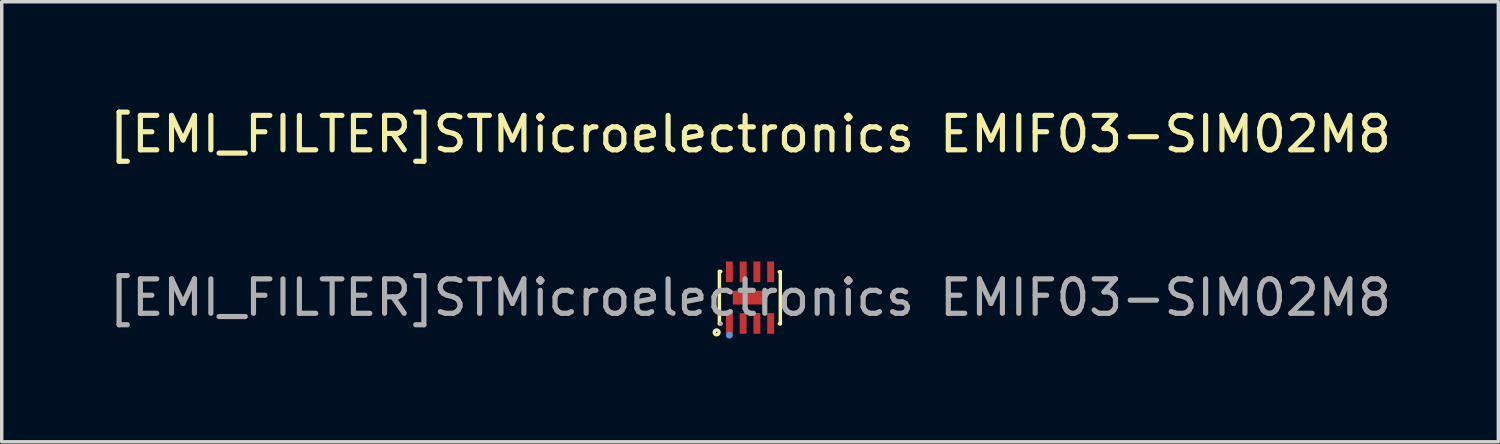
<source format=kicad_pcb>
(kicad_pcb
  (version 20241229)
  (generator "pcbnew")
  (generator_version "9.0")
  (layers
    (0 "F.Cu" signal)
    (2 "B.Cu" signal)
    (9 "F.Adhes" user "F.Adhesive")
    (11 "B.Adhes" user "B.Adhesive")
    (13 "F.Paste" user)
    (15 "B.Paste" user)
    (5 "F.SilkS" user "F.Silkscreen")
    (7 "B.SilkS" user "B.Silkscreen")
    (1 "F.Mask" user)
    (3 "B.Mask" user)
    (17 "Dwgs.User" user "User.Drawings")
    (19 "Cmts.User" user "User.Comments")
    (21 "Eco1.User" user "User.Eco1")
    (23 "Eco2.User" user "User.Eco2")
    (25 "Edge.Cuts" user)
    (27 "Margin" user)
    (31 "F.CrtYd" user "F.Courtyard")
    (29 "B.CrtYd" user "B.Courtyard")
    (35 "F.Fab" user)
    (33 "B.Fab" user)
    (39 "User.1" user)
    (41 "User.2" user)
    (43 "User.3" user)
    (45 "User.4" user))
  (footprint "[EMI_FILTER]STMicroelectronics EMIF03-SIM02M8"
    (layer "F.Cu")
    (at 18.744 5.598)
    (property "Reference" "[EMI_FILTER]STMicroelectronics EMIF03-SIM02M8" (at 0 -4.75 0) (layer "F.SilkS") (effects (font (size 1 1) (thickness 0.15))))
    (attr smd)
    (fp_line (start -0.89 -0.76) (end -0.85 -0.76) (stroke (width 0.1) (type solid)) (layer "F.SilkS"))
    (fp_line (start -0.89 0.76) (end -0.89 -0.76) (stroke (width 0.1) (type solid)) (layer "F.SilkS"))
    (fp_line (start -0.85 0.76) (end -0.89 0.76) (stroke (width 0.1) (type solid)) (layer "F.SilkS"))
    (fp_line (start 0.85 -0.75) (end 0.88 -0.75) (stroke (width 0.1) (type solid)) (layer "F.SilkS"))
    (fp_line (start 0.88 -0.75) (end 0.88 0.76) (stroke (width 0.1) (type solid)) (layer "F.SilkS"))
    (fp_line (start 0.88 0.76) (end 0.85 0.76) (stroke (width 0.1) (type solid)) (layer "F.SilkS"))
    (fp_circle (center -0.97 1.01) (end -0.9 1.01) (stroke (width 0.1) (type solid)) (fill no) (layer "F.SilkS"))
    (fp_circle (center -0.6 1.09) (end -0.55 1.09) (stroke (width 0.1) (type solid)) (fill no) (layer "Cmts.User"))
    (fp_circle (center -0.85 0.75) (end -0.82 0.75) (stroke (width 0.06) (type solid)) (fill no) (layer "F.Fab"))
    (fp_text user "${REFERENCE}" (at 0 0 0) (layer "F.Fab") (effects (font (size 1 1) (thickness 0.15))))
    (pad "1" smd rect (at -0.6 0.75) (size 0.2 0.6) (layers "F.Cu" "F.Mask" "F.Paste"))
    (pad "2" smd rect (at -0.2 0.75) (size 0.2 0.6) (layers "F.Cu" "F.Mask" "F.Paste"))
    (pad "3" smd rect (at 0.2 0.75) (size 0.2 0.6) (layers "F.Cu" "F.Mask" "F.Paste"))
    (pad "4" smd rect (at 0.6 0.75) (size 0.2 0.6) (layers "F.Cu" "F.Mask" "F.Paste"))
    (pad "5" smd rect (at 0.6 -0.75) (size 0.2 0.6) (layers "F.Cu" "F.Mask" "F.Paste"))
    (pad "6" smd rect (at 0.2 -0.75) (size 0.2 0.6) (layers "F.Cu" "F.Mask" "F.Paste"))
    (pad "7" smd rect (at -0.2 -0.75) (size 0.2 0.6) (layers "F.Cu" "F.Mask" "F.Paste"))
    (pad "8" smd rect (at -0.6 -0.75) (size 0.2 0.6) (layers "F.Cu" "F.Mask" "F.Paste"))
    (pad "9" smd rect (at 0 0) (size 1 0.4) (layers "F.Cu" "F.Mask" "F.Paste")))
  (gr_rect
    (start -3 -3)
    (end 40.488 9.788)
    (stroke (width 0.1) (type default))
    (fill no)
    (layer "Edge.Cuts")))
</source>
